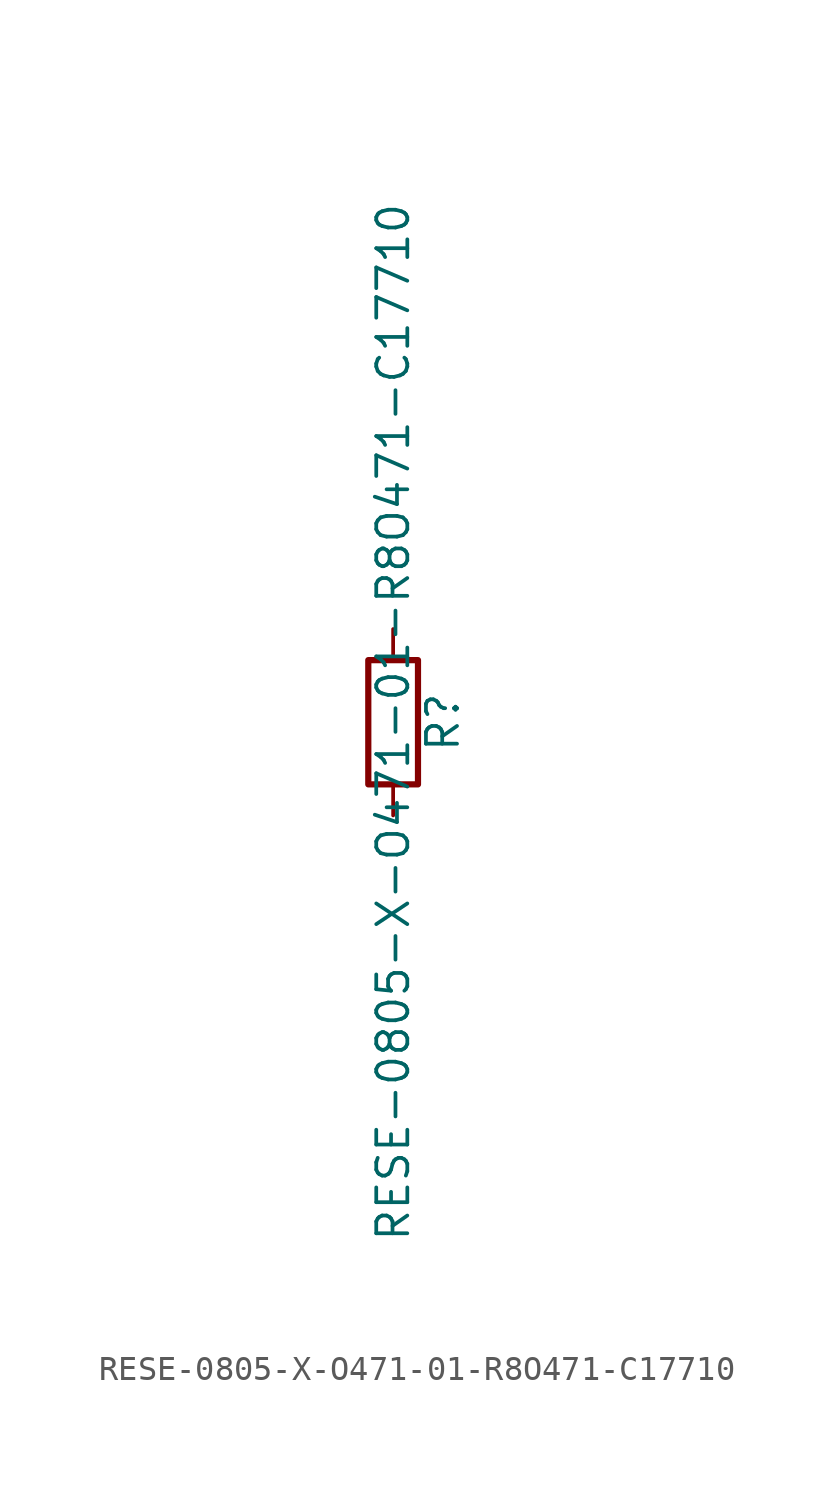
<source format=kicad_sym>
(kicad_symbol_lib
  (version 20211014)
  (generator kicad_symbol_editor)
  (symbol "RESE-0805-X-O471-01-R8O471-C17710"
    (pin_numbers hide)
    (pin_names
      (offset 0))
    (property "Reference" "R"
      (at 2.032 0 90)
      (effects (font (size 1.27 1.27))))
    (property "Value" "RESE-0805-X-O471-01-R8O471-C17710"
      (at 0 0 90)
      (effects (font (size 1.27 1.27))))
    (symbol "RESE-0805-X-O471-01-R8O471-C17710_0_1"
      (rectangle (start -1.016 -2.54) (end 1.016 2.54) (stroke (width 0.254) (type default) (color 0 0 0 0)) (fill (type none))))
    (symbol "RESE-0805-X-O471-01-R8O471-C17710_1_1"
      (pin passive line (at 0 3.81 270) (length 1.27) (name "~" (effects (font (size 1.27 1.27)))) (number "1" (effects (font (size 1.27 1.27)))))
      (pin passive line (at 0 -3.81 90) (length 1.27) (name "~" (effects (font (size 1.27 1.27)))) (number "2" (effects (font (size 1.27 1.27))))))))
</source>
